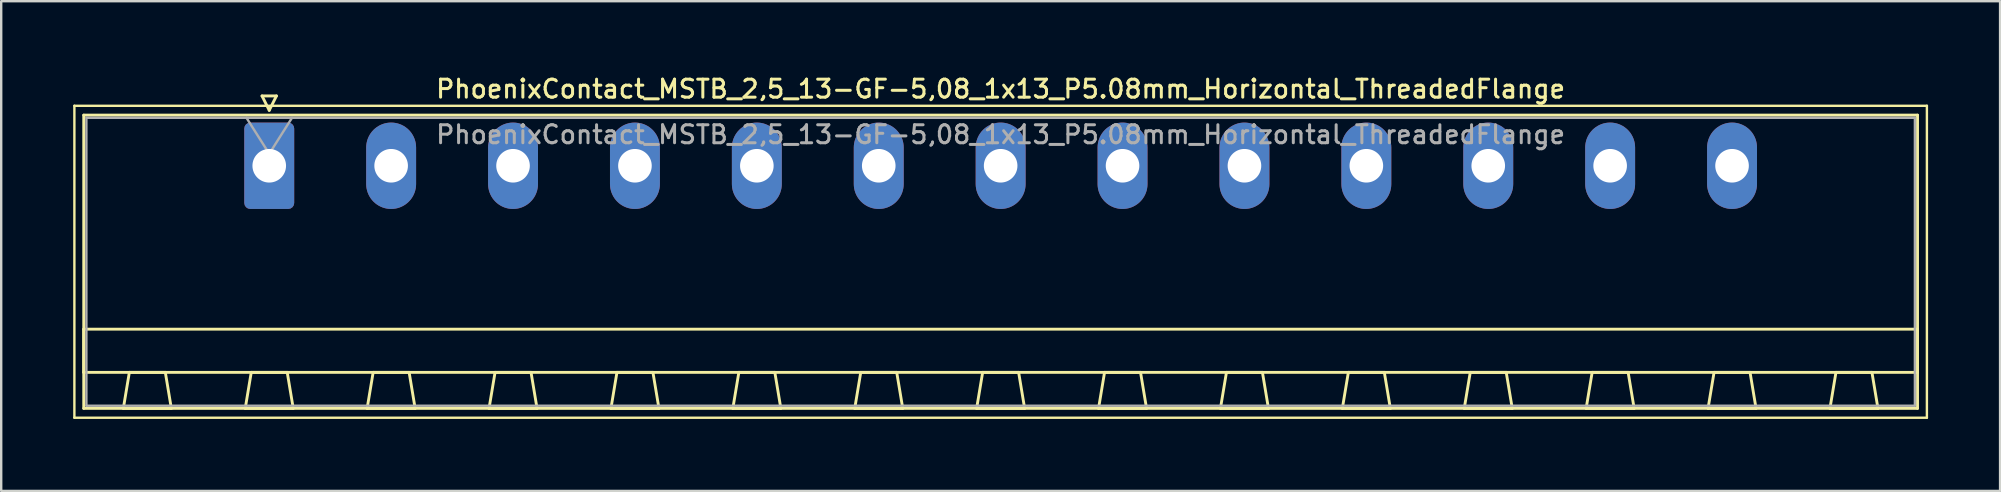
<source format=kicad_pcb>
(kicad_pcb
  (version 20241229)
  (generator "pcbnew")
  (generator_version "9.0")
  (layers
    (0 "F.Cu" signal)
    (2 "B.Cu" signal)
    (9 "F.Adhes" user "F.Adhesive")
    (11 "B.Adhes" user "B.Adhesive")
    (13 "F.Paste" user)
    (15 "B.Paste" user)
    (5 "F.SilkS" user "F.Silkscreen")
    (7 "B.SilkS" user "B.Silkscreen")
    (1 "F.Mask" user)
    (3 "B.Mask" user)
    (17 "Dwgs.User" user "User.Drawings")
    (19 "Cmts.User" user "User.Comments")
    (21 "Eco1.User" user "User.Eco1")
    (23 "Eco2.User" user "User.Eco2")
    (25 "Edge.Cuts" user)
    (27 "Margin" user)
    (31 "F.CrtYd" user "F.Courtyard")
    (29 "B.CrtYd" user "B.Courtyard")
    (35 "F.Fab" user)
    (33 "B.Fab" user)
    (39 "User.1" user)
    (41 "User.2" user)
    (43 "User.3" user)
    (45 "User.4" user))
  (footprint "PhoenixContact_MSTB_2,5_13-GF-5,08_1x13_P5.08mm_Horizontal_ThreadedFlange"
    (layer "F.Cu")
    (at 8.17 3.858)
    (property "Reference" "PhoenixContact_MSTB_2,5_13-GF-5,08_1x13_P5.08mm_Horizontal_ThreadedFlange" (at 30.48 -3.2 0) (layer "F.SilkS") (effects (font (size 0.75 0.75) (thickness 0.125))))
    (attr through_hole)
    (fp_line (start -8.12 -2.5) (end -8.12 10.5) (stroke (width 0.1) (type solid)) (layer "F.SilkS"))
    (fp_line (start -8.12 10.5) (end 69.08 10.5) (stroke (width 0.1) (type solid)) (layer "F.SilkS"))
    (fp_line (start -7.73 -2.11) (end -7.73 10.11) (stroke (width 0.12) (type solid)) (layer "F.SilkS"))
    (fp_line (start -7.73 6.81) (end 68.69 6.81) (stroke (width 0.12) (type solid)) (layer "F.SilkS"))
    (fp_line (start -7.73 8.61) (end -7.73 6.81) (stroke (width 0.12) (type solid)) (layer "F.SilkS"))
    (fp_line (start -7.73 10.11) (end 68.69 10.11) (stroke (width 0.12) (type solid)) (layer "F.SilkS"))
    (fp_line (start -6.08 10.11) (end -4.08 10.11) (stroke (width 0.12) (type solid)) (layer "F.SilkS"))
    (fp_line (start -5.83 8.61) (end -6.08 10.11) (stroke (width 0.12) (type solid)) (layer "F.SilkS"))
    (fp_line (start -4.33 8.61) (end -5.83 8.61) (stroke (width 0.12) (type solid)) (layer "F.SilkS"))
    (fp_line (start -4.08 10.11) (end -4.33 8.61) (stroke (width 0.12) (type solid)) (layer "F.SilkS"))
    (fp_line (start -1 10.11) (end 1 10.11) (stroke (width 0.12) (type solid)) (layer "F.SilkS"))
    (fp_line (start -0.75 8.61) (end -1 10.11) (stroke (width 0.12) (type solid)) (layer "F.SilkS"))
    (fp_line (start -0.3 -2.91) (end 0.3 -2.91) (stroke (width 0.12) (type solid)) (layer "F.SilkS"))
    (fp_line (start 0 -2.31) (end -0.3 -2.91) (stroke (width 0.12) (type solid)) (layer "F.SilkS"))
    (fp_line (start 0.3 -2.91) (end 0 -2.31) (stroke (width 0.12) (type solid)) (layer "F.SilkS"))
    (fp_line (start 0.75 8.61) (end -0.75 8.61) (stroke (width 0.12) (type solid)) (layer "F.SilkS"))
    (fp_line (start 1 10.11) (end 0.75 8.61) (stroke (width 0.12) (type solid)) (layer "F.SilkS"))
    (fp_line (start 4.08 10.11) (end 6.08 10.11) (stroke (width 0.12) (type solid)) (layer "F.SilkS"))
    (fp_line (start 4.33 8.61) (end 4.08 10.11) (stroke (width 0.12) (type solid)) (layer "F.SilkS"))
    (fp_line (start 5.83 8.61) (end 4.33 8.61) (stroke (width 0.12) (type solid)) (layer "F.SilkS"))
    (fp_line (start 6.08 10.11) (end 5.83 8.61) (stroke (width 0.12) (type solid)) (layer "F.SilkS"))
    (fp_line (start 9.16 10.11) (end 11.16 10.11) (stroke (width 0.12) (type solid)) (layer "F.SilkS"))
    (fp_line (start 9.41 8.61) (end 9.16 10.11) (stroke (width 0.12) (type solid)) (layer "F.SilkS"))
    (fp_line (start 10.91 8.61) (end 9.41 8.61) (stroke (width 0.12) (type solid)) (layer "F.SilkS"))
    (fp_line (start 11.16 10.11) (end 10.91 8.61) (stroke (width 0.12) (type solid)) (layer "F.SilkS"))
    (fp_line (start 14.24 10.11) (end 16.24 10.11) (stroke (width 0.12) (type solid)) (layer "F.SilkS"))
    (fp_line (start 14.49 8.61) (end 14.24 10.11) (stroke (width 0.12) (type solid)) (layer "F.SilkS"))
    (fp_line (start 15.99 8.61) (end 14.49 8.61) (stroke (width 0.12) (type solid)) (layer "F.SilkS"))
    (fp_line (start 16.24 10.11) (end 15.99 8.61) (stroke (width 0.12) (type solid)) (layer "F.SilkS"))
    (fp_line (start 19.32 10.11) (end 21.32 10.11) (stroke (width 0.12) (type solid)) (layer "F.SilkS"))
    (fp_line (start 19.57 8.61) (end 19.32 10.11) (stroke (width 0.12) (type solid)) (layer "F.SilkS"))
    (fp_line (start 21.07 8.61) (end 19.57 8.61) (stroke (width 0.12) (type solid)) (layer "F.SilkS"))
    (fp_line (start 21.32 10.11) (end 21.07 8.61) (stroke (width 0.12) (type solid)) (layer "F.SilkS"))
    (fp_line (start 24.4 10.11) (end 26.4 10.11) (stroke (width 0.12) (type solid)) (layer "F.SilkS"))
    (fp_line (start 24.65 8.61) (end 24.4 10.11) (stroke (width 0.12) (type solid)) (layer "F.SilkS"))
    (fp_line (start 26.15 8.61) (end 24.65 8.61) (stroke (width 0.12) (type solid)) (layer "F.SilkS"))
    (fp_line (start 26.4 10.11) (end 26.15 8.61) (stroke (width 0.12) (type solid)) (layer "F.SilkS"))
    (fp_line (start 29.48 10.11) (end 31.48 10.11) (stroke (width 0.12) (type solid)) (layer "F.SilkS"))
    (fp_line (start 29.73 8.61) (end 29.48 10.11) (stroke (width 0.12) (type solid)) (layer "F.SilkS"))
    (fp_line (start 31.23 8.61) (end 29.73 8.61) (stroke (width 0.12) (type solid)) (layer "F.SilkS"))
    (fp_line (start 31.48 10.11) (end 31.23 8.61) (stroke (width 0.12) (type solid)) (layer "F.SilkS"))
    (fp_line (start 34.56 10.11) (end 36.56 10.11) (stroke (width 0.12) (type solid)) (layer "F.SilkS"))
    (fp_line (start 34.81 8.61) (end 34.56 10.11) (stroke (width 0.12) (type solid)) (layer "F.SilkS"))
    (fp_line (start 36.31 8.61) (end 34.81 8.61) (stroke (width 0.12) (type solid)) (layer "F.SilkS"))
    (fp_line (start 36.56 10.11) (end 36.31 8.61) (stroke (width 0.12) (type solid)) (layer "F.SilkS"))
    (fp_line (start 39.64 10.11) (end 41.64 10.11) (stroke (width 0.12) (type solid)) (layer "F.SilkS"))
    (fp_line (start 39.89 8.61) (end 39.64 10.11) (stroke (width 0.12) (type solid)) (layer "F.SilkS"))
    (fp_line (start 41.39 8.61) (end 39.89 8.61) (stroke (width 0.12) (type solid)) (layer "F.SilkS"))
    (fp_line (start 41.64 10.11) (end 41.39 8.61) (stroke (width 0.12) (type solid)) (layer "F.SilkS"))
    (fp_line (start 44.72 10.11) (end 46.72 10.11) (stroke (width 0.12) (type solid)) (layer "F.SilkS"))
    (fp_line (start 44.97 8.61) (end 44.72 10.11) (stroke (width 0.12) (type solid)) (layer "F.SilkS"))
    (fp_line (start 46.47 8.61) (end 44.97 8.61) (stroke (width 0.12) (type solid)) (layer "F.SilkS"))
    (fp_line (start 46.72 10.11) (end 46.47 8.61) (stroke (width 0.12) (type solid)) (layer "F.SilkS"))
    (fp_line (start 49.8 10.11) (end 51.8 10.11) (stroke (width 0.12) (type solid)) (layer "F.SilkS"))
    (fp_line (start 50.05 8.61) (end 49.8 10.11) (stroke (width 0.12) (type solid)) (layer "F.SilkS"))
    (fp_line (start 51.55 8.61) (end 50.05 8.61) (stroke (width 0.12) (type solid)) (layer "F.SilkS"))
    (fp_line (start 51.8 10.11) (end 51.55 8.61) (stroke (width 0.12) (type solid)) (layer "F.SilkS"))
    (fp_line (start 54.88 10.11) (end 56.88 10.11) (stroke (width 0.12) (type solid)) (layer "F.SilkS"))
    (fp_line (start 55.13 8.61) (end 54.88 10.11) (stroke (width 0.12) (type solid)) (layer "F.SilkS"))
    (fp_line (start 56.63 8.61) (end 55.13 8.61) (stroke (width 0.12) (type solid)) (layer "F.SilkS"))
    (fp_line (start 56.88 10.11) (end 56.63 8.61) (stroke (width 0.12) (type solid)) (layer "F.SilkS"))
    (fp_line (start 59.96 10.11) (end 61.96 10.11) (stroke (width 0.12) (type solid)) (layer "F.SilkS"))
    (fp_line (start 60.21 8.61) (end 59.96 10.11) (stroke (width 0.12) (type solid)) (layer "F.SilkS"))
    (fp_line (start 61.71 8.61) (end 60.21 8.61) (stroke (width 0.12) (type solid)) (layer "F.SilkS"))
    (fp_line (start 61.96 10.11) (end 61.71 8.61) (stroke (width 0.12) (type solid)) (layer "F.SilkS"))
    (fp_line (start 65.04 10.11) (end 67.04 10.11) (stroke (width 0.12) (type solid)) (layer "F.SilkS"))
    (fp_line (start 65.29 8.61) (end 65.04 10.11) (stroke (width 0.12) (type solid)) (layer "F.SilkS"))
    (fp_line (start 66.79 8.61) (end 65.29 8.61) (stroke (width 0.12) (type solid)) (layer "F.SilkS"))
    (fp_line (start 67.04 10.11) (end 66.79 8.61) (stroke (width 0.12) (type solid)) (layer "F.SilkS"))
    (fp_line (start 68.69 -2.11) (end -7.73 -2.11) (stroke (width 0.12) (type solid)) (layer "F.SilkS"))
    (fp_line (start 68.69 6.81) (end 68.69 8.61) (stroke (width 0.12) (type solid)) (layer "F.SilkS"))
    (fp_line (start 68.69 8.61) (end -7.73 8.61) (stroke (width 0.12) (type solid)) (layer "F.SilkS"))
    (fp_line (start 68.69 10.11) (end 68.69 -2.11) (stroke (width 0.12) (type solid)) (layer "F.SilkS"))
    (fp_line (start 69.08 -2.5) (end -8.12 -2.5) (stroke (width 0.1) (type solid)) (layer "F.SilkS"))
    (fp_line (start 69.08 10.5) (end 69.08 -2.5) (stroke (width 0.1) (type solid)) (layer "F.SilkS"))
    (fp_line (start -7.62 -2) (end -7.62 10) (stroke (width 0.1) (type solid)) (layer "F.Fab"))
    (fp_line (start -7.62 10) (end 68.58 10) (stroke (width 0.1) (type solid)) (layer "F.Fab"))
    (fp_line (start 0 -0.5) (end -0.95 -2) (stroke (width 0.1) (type solid)) (layer "F.Fab"))
    (fp_line (start 0.95 -2) (end 0 -0.5) (stroke (width 0.1) (type solid)) (layer "F.Fab"))
    (fp_line (start 68.58 -2) (end -7.62 -2) (stroke (width 0.1) (type solid)) (layer "F.Fab"))
    (fp_line (start 68.58 10) (end 68.58 -2) (stroke (width 0.1) (type solid)) (layer "F.Fab"))
    (fp_text user "${REFERENCE}" (at 30.48 -1.3 0) (layer "F.Fab") (effects (font (size 0.75 0.75) (thickness 0.125))))
    (pad "1" thru_hole roundrect (at 0 0) (size 2.08 3.6) (drill 1.4) (layers "*.Cu" "*.Mask") (roundrect_rratio 0.12))
    (pad "2" thru_hole oval (at 5.08 0) (size 2.08 3.6) (drill 1.4) (layers "*.Cu" "*.Mask"))
    (pad "3" thru_hole oval (at 10.16 0) (size 2.08 3.6) (drill 1.4) (layers "*.Cu" "*.Mask"))
    (pad "4" thru_hole oval (at 15.24 0) (size 2.08 3.6) (drill 1.4) (layers "*.Cu" "*.Mask"))
    (pad "5" thru_hole oval (at 20.32 0) (size 2.08 3.6) (drill 1.4) (layers "*.Cu" "*.Mask"))
    (pad "6" thru_hole oval (at 25.4 0) (size 2.08 3.6) (drill 1.4) (layers "*.Cu" "*.Mask"))
    (pad "7" thru_hole oval (at 30.48 0) (size 2.08 3.6) (drill 1.4) (layers "*.Cu" "*.Mask"))
    (pad "8" thru_hole oval (at 35.56 0) (size 2.08 3.6) (drill 1.4) (layers "*.Cu" "*.Mask"))
    (pad "9" thru_hole oval (at 40.64 0) (size 2.08 3.6) (drill 1.4) (layers "*.Cu" "*.Mask"))
    (pad "10" thru_hole oval (at 45.72 0) (size 2.08 3.6) (drill 1.4) (layers "*.Cu" "*.Mask"))
    (pad "11" thru_hole oval (at 50.8 0) (size 2.08 3.6) (drill 1.4) (layers "*.Cu" "*.Mask"))
    (pad "12" thru_hole oval (at 55.88 0) (size 2.08 3.6) (drill 1.4) (layers "*.Cu" "*.Mask"))
    (pad "13" thru_hole oval (at 60.96 0) (size 2.08 3.6) (drill 1.4) (layers "*.Cu" "*.Mask")))
  (gr_rect
    (start -3 -3)
    (end 80.3 17.408)
    (stroke (width 0.1) (type default))
    (fill no)
    (layer "Edge.Cuts")))
</source>
